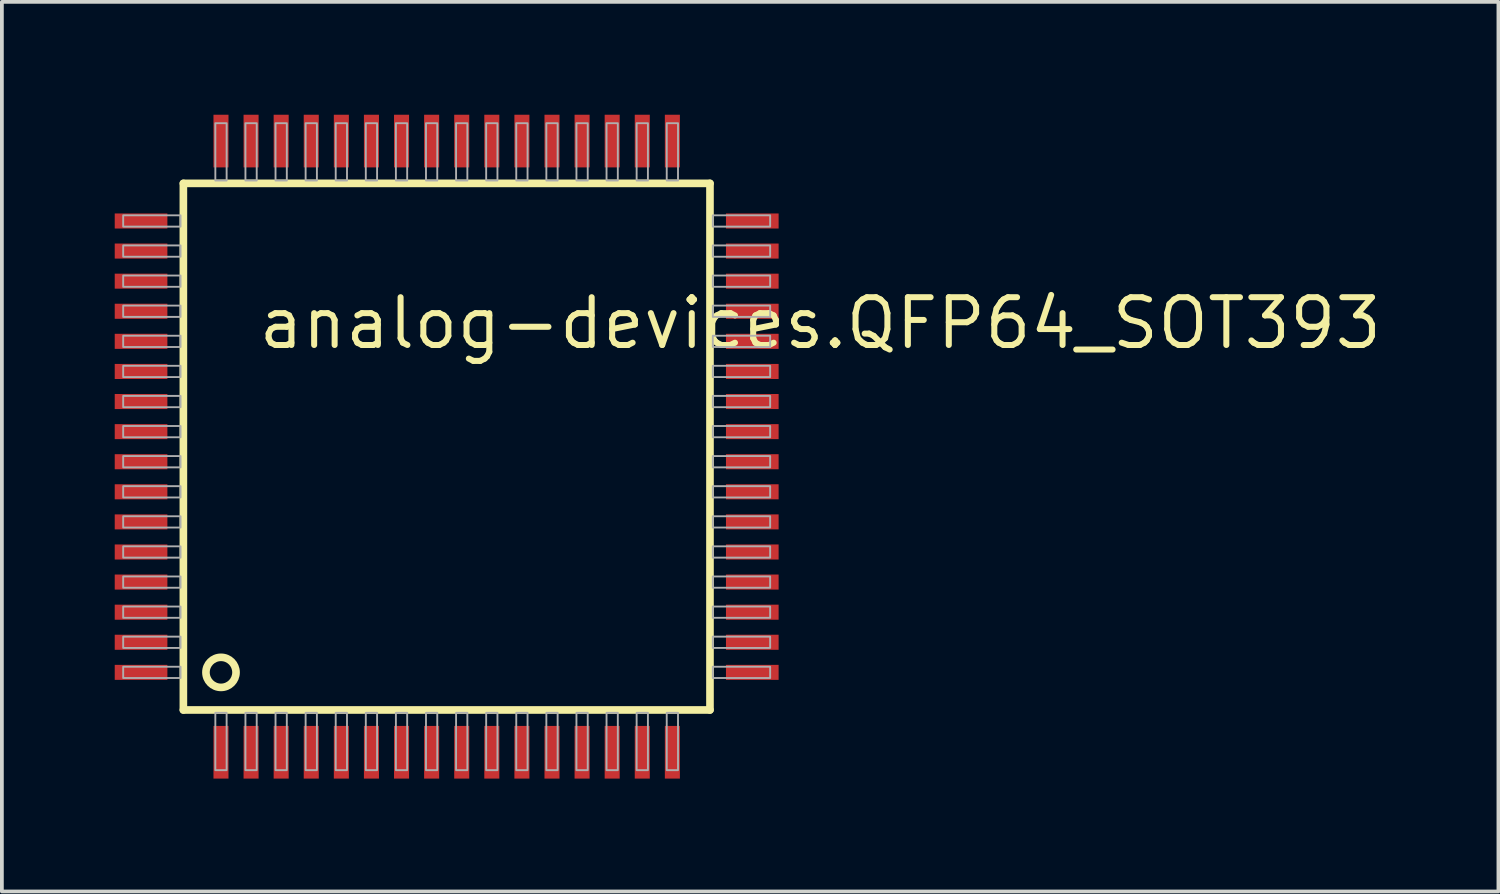
<source format=kicad_pcb>
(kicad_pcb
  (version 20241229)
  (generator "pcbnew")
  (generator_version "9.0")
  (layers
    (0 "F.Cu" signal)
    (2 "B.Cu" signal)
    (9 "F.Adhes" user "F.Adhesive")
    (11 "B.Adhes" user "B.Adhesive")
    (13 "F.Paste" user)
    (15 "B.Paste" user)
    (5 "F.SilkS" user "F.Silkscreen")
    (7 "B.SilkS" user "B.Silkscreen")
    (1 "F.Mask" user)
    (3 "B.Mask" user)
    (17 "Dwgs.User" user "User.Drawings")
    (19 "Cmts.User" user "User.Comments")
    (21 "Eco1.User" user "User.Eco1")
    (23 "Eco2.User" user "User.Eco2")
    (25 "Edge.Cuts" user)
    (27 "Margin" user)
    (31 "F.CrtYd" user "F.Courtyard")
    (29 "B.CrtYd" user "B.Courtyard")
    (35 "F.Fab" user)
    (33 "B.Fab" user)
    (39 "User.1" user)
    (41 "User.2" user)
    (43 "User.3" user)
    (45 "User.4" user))
  (footprint "analog-devices.QFP64_SOT393"
    (layer "F.Cu")
    (at 8.825 8.825)
    (property "Reference" "analog-devices.QFP64_SOT393" (at -5.08 -2.54 0) (layer "F.SilkS") (effects (font (size 1.27 1.27) (thickness 0.16)) (justify left bottom)))
    (attr smd)
    (fp_line (start -7 -7) (end 7 -7) (stroke (width 0.203) (type default)) (layer "F.SilkS"))
    (fp_line (start -7 7) (end -7 -7) (stroke (width 0.203) (type default)) (layer "F.SilkS"))
    (fp_line (start 7 -7) (end 7 7) (stroke (width 0.203) (type default)) (layer "F.SilkS"))
    (fp_line (start 7 7) (end -7 7) (stroke (width 0.203) (type default)) (layer "F.SilkS"))
    (fp_circle (center -6 6) (end -5.6 6) (stroke (width 0.203) (type default)) (fill no) (layer "F.SilkS"))
    (fp_rect (start -8.6 -5.85) (end -7.075 -6.15) (stroke (width 0.05) (type default)) (fill no) (layer "F.Fab"))
    (fp_rect (start -8.6 -5.05) (end -7.075 -5.35) (stroke (width 0.05) (type default)) (fill no) (layer "F.Fab"))
    (fp_rect (start -8.6 -4.25) (end -7.075 -4.55) (stroke (width 0.05) (type default)) (fill no) (layer "F.Fab"))
    (fp_rect (start -8.6 -3.45) (end -7.075 -3.75) (stroke (width 0.05) (type default)) (fill no) (layer "F.Fab"))
    (fp_rect (start -8.6 -2.65) (end -7.075 -2.95) (stroke (width 0.05) (type default)) (fill no) (layer "F.Fab"))
    (fp_rect (start -8.6 -1.85) (end -7.075 -2.15) (stroke (width 0.05) (type default)) (fill no) (layer "F.Fab"))
    (fp_rect (start -8.6 -1.05) (end -7.075 -1.35) (stroke (width 0.05) (type default)) (fill no) (layer "F.Fab"))
    (fp_rect (start -8.6 -0.25) (end -7.075 -0.55) (stroke (width 0.05) (type default)) (fill no) (layer "F.Fab"))
    (fp_rect (start -8.6 0.55) (end -7.075 0.25) (stroke (width 0.05) (type default)) (fill no) (layer "F.Fab"))
    (fp_rect (start -8.6 1.35) (end -7.075 1.05) (stroke (width 0.05) (type default)) (fill no) (layer "F.Fab"))
    (fp_rect (start -8.6 2.15) (end -7.075 1.85) (stroke (width 0.05) (type default)) (fill no) (layer "F.Fab"))
    (fp_rect (start -8.6 2.95) (end -7.075 2.65) (stroke (width 0.05) (type default)) (fill no) (layer "F.Fab"))
    (fp_rect (start -8.6 3.75) (end -7.075 3.45) (stroke (width 0.05) (type default)) (fill no) (layer "F.Fab"))
    (fp_rect (start -8.6 4.55) (end -7.075 4.25) (stroke (width 0.05) (type default)) (fill no) (layer "F.Fab"))
    (fp_rect (start -8.6 5.35) (end -7.075 5.05) (stroke (width 0.05) (type default)) (fill no) (layer "F.Fab"))
    (fp_rect (start -8.6 6.15) (end -7.075 5.85) (stroke (width 0.05) (type default)) (fill no) (layer "F.Fab"))
    (fp_rect (start -6.15 -7.075) (end -5.85 -8.6) (stroke (width 0.05) (type default)) (fill no) (layer "F.Fab"))
    (fp_rect (start -6.15 8.6) (end -5.85 7.075) (stroke (width 0.05) (type default)) (fill no) (layer "F.Fab"))
    (fp_rect (start -5.35 -7.075) (end -5.05 -8.6) (stroke (width 0.05) (type default)) (fill no) (layer "F.Fab"))
    (fp_rect (start -5.35 8.6) (end -5.05 7.075) (stroke (width 0.05) (type default)) (fill no) (layer "F.Fab"))
    (fp_rect (start -4.55 -7.075) (end -4.25 -8.6) (stroke (width 0.05) (type default)) (fill no) (layer "F.Fab"))
    (fp_rect (start -4.55 8.6) (end -4.25 7.075) (stroke (width 0.05) (type default)) (fill no) (layer "F.Fab"))
    (fp_rect (start -3.75 -7.075) (end -3.45 -8.6) (stroke (width 0.05) (type default)) (fill no) (layer "F.Fab"))
    (fp_rect (start -3.75 8.6) (end -3.45 7.075) (stroke (width 0.05) (type default)) (fill no) (layer "F.Fab"))
    (fp_rect (start -2.95 -7.075) (end -2.65 -8.6) (stroke (width 0.05) (type default)) (fill no) (layer "F.Fab"))
    (fp_rect (start -2.95 8.6) (end -2.65 7.075) (stroke (width 0.05) (type default)) (fill no) (layer "F.Fab"))
    (fp_rect (start -2.15 -7.075) (end -1.85 -8.6) (stroke (width 0.05) (type default)) (fill no) (layer "F.Fab"))
    (fp_rect (start -2.15 8.6) (end -1.85 7.075) (stroke (width 0.05) (type default)) (fill no) (layer "F.Fab"))
    (fp_rect (start -1.35 -7.075) (end -1.05 -8.6) (stroke (width 0.05) (type default)) (fill no) (layer "F.Fab"))
    (fp_rect (start -1.35 8.6) (end -1.05 7.075) (stroke (width 0.05) (type default)) (fill no) (layer "F.Fab"))
    (fp_rect (start -0.55 -7.075) (end -0.25 -8.6) (stroke (width 0.05) (type default)) (fill no) (layer "F.Fab"))
    (fp_rect (start -0.55 8.6) (end -0.25 7.075) (stroke (width 0.05) (type default)) (fill no) (layer "F.Fab"))
    (fp_rect (start 0.25 -7.075) (end 0.55 -8.6) (stroke (width 0.05) (type default)) (fill no) (layer "F.Fab"))
    (fp_rect (start 0.25 8.6) (end 0.55 7.075) (stroke (width 0.05) (type default)) (fill no) (layer "F.Fab"))
    (fp_rect (start 1.05 -7.075) (end 1.35 -8.6) (stroke (width 0.05) (type default)) (fill no) (layer "F.Fab"))
    (fp_rect (start 1.05 8.6) (end 1.35 7.075) (stroke (width 0.05) (type default)) (fill no) (layer "F.Fab"))
    (fp_rect (start 1.85 -7.075) (end 2.15 -8.6) (stroke (width 0.05) (type default)) (fill no) (layer "F.Fab"))
    (fp_rect (start 1.85 8.6) (end 2.15 7.075) (stroke (width 0.05) (type default)) (fill no) (layer "F.Fab"))
    (fp_rect (start 2.65 -7.075) (end 2.95 -8.6) (stroke (width 0.05) (type default)) (fill no) (layer "F.Fab"))
    (fp_rect (start 2.65 8.6) (end 2.95 7.075) (stroke (width 0.05) (type default)) (fill no) (layer "F.Fab"))
    (fp_rect (start 3.45 -7.075) (end 3.75 -8.6) (stroke (width 0.05) (type default)) (fill no) (layer "F.Fab"))
    (fp_rect (start 3.45 8.6) (end 3.75 7.075) (stroke (width 0.05) (type default)) (fill no) (layer "F.Fab"))
    (fp_rect (start 4.25 -7.075) (end 4.55 -8.6) (stroke (width 0.05) (type default)) (fill no) (layer "F.Fab"))
    (fp_rect (start 4.25 8.6) (end 4.55 7.075) (stroke (width 0.05) (type default)) (fill no) (layer "F.Fab"))
    (fp_rect (start 5.05 -7.075) (end 5.35 -8.6) (stroke (width 0.05) (type default)) (fill no) (layer "F.Fab"))
    (fp_rect (start 5.05 8.6) (end 5.35 7.075) (stroke (width 0.05) (type default)) (fill no) (layer "F.Fab"))
    (fp_rect (start 5.85 -7.075) (end 6.15 -8.6) (stroke (width 0.05) (type default)) (fill no) (layer "F.Fab"))
    (fp_rect (start 5.85 8.6) (end 6.15 7.075) (stroke (width 0.05) (type default)) (fill no) (layer "F.Fab"))
    (fp_rect (start 7.075 -5.85) (end 8.6 -6.15) (stroke (width 0.05) (type default)) (fill no) (layer "F.Fab"))
    (fp_rect (start 7.075 -5.05) (end 8.6 -5.35) (stroke (width 0.05) (type default)) (fill no) (layer "F.Fab"))
    (fp_rect (start 7.075 -4.25) (end 8.6 -4.55) (stroke (width 0.05) (type default)) (fill no) (layer "F.Fab"))
    (fp_rect (start 7.075 -3.45) (end 8.6 -3.75) (stroke (width 0.05) (type default)) (fill no) (layer "F.Fab"))
    (fp_rect (start 7.075 -2.65) (end 8.6 -2.95) (stroke (width 0.05) (type default)) (fill no) (layer "F.Fab"))
    (fp_rect (start 7.075 -1.85) (end 8.6 -2.15) (stroke (width 0.05) (type default)) (fill no) (layer "F.Fab"))
    (fp_rect (start 7.075 -1.05) (end 8.6 -1.35) (stroke (width 0.05) (type default)) (fill no) (layer "F.Fab"))
    (fp_rect (start 7.075 -0.25) (end 8.6 -0.55) (stroke (width 0.05) (type default)) (fill no) (layer "F.Fab"))
    (fp_rect (start 7.075 0.55) (end 8.6 0.25) (stroke (width 0.05) (type default)) (fill no) (layer "F.Fab"))
    (fp_rect (start 7.075 1.35) (end 8.6 1.05) (stroke (width 0.05) (type default)) (fill no) (layer "F.Fab"))
    (fp_rect (start 7.075 2.15) (end 8.6 1.85) (stroke (width 0.05) (type default)) (fill no) (layer "F.Fab"))
    (fp_rect (start 7.075 2.95) (end 8.6 2.65) (stroke (width 0.05) (type default)) (fill no) (layer "F.Fab"))
    (fp_rect (start 7.075 3.75) (end 8.6 3.45) (stroke (width 0.05) (type default)) (fill no) (layer "F.Fab"))
    (fp_rect (start 7.075 4.55) (end 8.6 4.25) (stroke (width 0.05) (type default)) (fill no) (layer "F.Fab"))
    (fp_rect (start 7.075 5.35) (end 8.6 5.05) (stroke (width 0.05) (type default)) (fill no) (layer "F.Fab"))
    (fp_rect (start 7.075 6.15) (end 8.6 5.85) (stroke (width 0.05) (type default)) (fill no) (layer "F.Fab"))
    (pad "1" smd roundrect (at -6 8.125) (size 0.4 1.4) (layers "F.Cu" "F.Mask" "F.Paste") (roundrect_rratio 0.01))
    (pad "2" smd roundrect (at -5.2 8.125) (size 0.4 1.4) (layers "F.Cu" "F.Mask" "F.Paste") (roundrect_rratio 0.01))
    (pad "3" smd roundrect (at -4.4 8.125) (size 0.4 1.4) (layers "F.Cu" "F.Mask" "F.Paste") (roundrect_rratio 0.01))
    (pad "4" smd roundrect (at -3.6 8.125) (size 0.4 1.4) (layers "F.Cu" "F.Mask" "F.Paste") (roundrect_rratio 0.01))
    (pad "5" smd roundrect (at -2.8 8.125) (size 0.4 1.4) (layers "F.Cu" "F.Mask" "F.Paste") (roundrect_rratio 0.01))
    (pad "6" smd roundrect (at -2 8.125) (size 0.4 1.4) (layers "F.Cu" "F.Mask" "F.Paste") (roundrect_rratio 0.01))
    (pad "7" smd roundrect (at -1.2 8.125) (size 0.4 1.4) (layers "F.Cu" "F.Mask" "F.Paste") (roundrect_rratio 0.01))
    (pad "8" smd roundrect (at -0.4 8.125) (size 0.4 1.4) (layers "F.Cu" "F.Mask" "F.Paste") (roundrect_rratio 0.01))
    (pad "9" smd roundrect (at 0.4 8.125) (size 0.4 1.4) (layers "F.Cu" "F.Mask" "F.Paste") (roundrect_rratio 0.01))
    (pad "10" smd roundrect (at 1.2 8.125) (size 0.4 1.4) (layers "F.Cu" "F.Mask" "F.Paste") (roundrect_rratio 0.01))
    (pad "11" smd roundrect (at 2 8.125) (size 0.4 1.4) (layers "F.Cu" "F.Mask" "F.Paste") (roundrect_rratio 0.01))
    (pad "12" smd roundrect (at 2.8 8.125) (size 0.4 1.4) (layers "F.Cu" "F.Mask" "F.Paste") (roundrect_rratio 0.01))
    (pad "13" smd roundrect (at 3.6 8.125) (size 0.4 1.4) (layers "F.Cu" "F.Mask" "F.Paste") (roundrect_rratio 0.01))
    (pad "14" smd roundrect (at 4.4 8.125) (size 0.4 1.4) (layers "F.Cu" "F.Mask" "F.Paste") (roundrect_rratio 0.01))
    (pad "15" smd roundrect (at 5.2 8.125) (size 0.4 1.4) (layers "F.Cu" "F.Mask" "F.Paste") (roundrect_rratio 0.01))
    (pad "16" smd roundrect (at 6 8.125) (size 0.4 1.4) (layers "F.Cu" "F.Mask" "F.Paste") (roundrect_rratio 0.01))
    (pad "17" smd roundrect (at 8.125 6) (size 1.4 0.4) (layers "F.Cu" "F.Mask" "F.Paste") (roundrect_rratio 0.01))
    (pad "18" smd roundrect (at 8.125 5.2) (size 1.4 0.4) (layers "F.Cu" "F.Mask" "F.Paste") (roundrect_rratio 0.01))
    (pad "19" smd roundrect (at 8.125 4.4) (size 1.4 0.4) (layers "F.Cu" "F.Mask" "F.Paste") (roundrect_rratio 0.01))
    (pad "20" smd roundrect (at 8.125 3.6) (size 1.4 0.4) (layers "F.Cu" "F.Mask" "F.Paste") (roundrect_rratio 0.01))
    (pad "21" smd roundrect (at 8.125 2.8) (size 1.4 0.4) (layers "F.Cu" "F.Mask" "F.Paste") (roundrect_rratio 0.01))
    (pad "22" smd roundrect (at 8.125 2) (size 1.4 0.4) (layers "F.Cu" "F.Mask" "F.Paste") (roundrect_rratio 0.01))
    (pad "23" smd roundrect (at 8.125 1.2) (size 1.4 0.4) (layers "F.Cu" "F.Mask" "F.Paste") (roundrect_rratio 0.01))
    (pad "24" smd roundrect (at 8.125 0.4) (size 1.4 0.4) (layers "F.Cu" "F.Mask" "F.Paste") (roundrect_rratio 0.01))
    (pad "25" smd roundrect (at 8.125 -0.4) (size 1.4 0.4) (layers "F.Cu" "F.Mask" "F.Paste") (roundrect_rratio 0.01))
    (pad "26" smd roundrect (at 8.125 -1.2) (size 1.4 0.4) (layers "F.Cu" "F.Mask" "F.Paste") (roundrect_rratio 0.01))
    (pad "27" smd roundrect (at 8.125 -2) (size 1.4 0.4) (layers "F.Cu" "F.Mask" "F.Paste") (roundrect_rratio 0.01))
    (pad "28" smd roundrect (at 8.125 -2.8) (size 1.4 0.4) (layers "F.Cu" "F.Mask" "F.Paste") (roundrect_rratio 0.01))
    (pad "29" smd roundrect (at 8.125 -3.6) (size 1.4 0.4) (layers "F.Cu" "F.Mask" "F.Paste") (roundrect_rratio 0.01))
    (pad "30" smd roundrect (at 8.125 -4.4) (size 1.4 0.4) (layers "F.Cu" "F.Mask" "F.Paste") (roundrect_rratio 0.01))
    (pad "31" smd roundrect (at 8.125 -5.2) (size 1.4 0.4) (layers "F.Cu" "F.Mask" "F.Paste") (roundrect_rratio 0.01))
    (pad "32" smd roundrect (at 8.125 -6) (size 1.4 0.4) (layers "F.Cu" "F.Mask" "F.Paste") (roundrect_rratio 0.01))
    (pad "33" smd roundrect (at 6 -8.125) (size 0.4 1.4) (layers "F.Cu" "F.Mask" "F.Paste") (roundrect_rratio 0.01))
    (pad "34" smd roundrect (at 5.2 -8.125) (size 0.4 1.4) (layers "F.Cu" "F.Mask" "F.Paste") (roundrect_rratio 0.01))
    (pad "35" smd roundrect (at 4.4 -8.125) (size 0.4 1.4) (layers "F.Cu" "F.Mask" "F.Paste") (roundrect_rratio 0.01))
    (pad "36" smd roundrect (at 3.6 -8.125) (size 0.4 1.4) (layers "F.Cu" "F.Mask" "F.Paste") (roundrect_rratio 0.01))
    (pad "37" smd roundrect (at 2.8 -8.125) (size 0.4 1.4) (layers "F.Cu" "F.Mask" "F.Paste") (roundrect_rratio 0.01))
    (pad "38" smd roundrect (at 2 -8.125) (size 0.4 1.4) (layers "F.Cu" "F.Mask" "F.Paste") (roundrect_rratio 0.01))
    (pad "39" smd roundrect (at 1.2 -8.125) (size 0.4 1.4) (layers "F.Cu" "F.Mask" "F.Paste") (roundrect_rratio 0.01))
    (pad "40" smd roundrect (at 0.4 -8.125) (size 0.4 1.4) (layers "F.Cu" "F.Mask" "F.Paste") (roundrect_rratio 0.01))
    (pad "41" smd roundrect (at -0.4 -8.125) (size 0.4 1.4) (layers "F.Cu" "F.Mask" "F.Paste") (roundrect_rratio 0.01))
    (pad "42" smd roundrect (at -1.2 -8.125) (size 0.4 1.4) (layers "F.Cu" "F.Mask" "F.Paste") (roundrect_rratio 0.01))
    (pad "43" smd roundrect (at -2 -8.125) (size 0.4 1.4) (layers "F.Cu" "F.Mask" "F.Paste") (roundrect_rratio 0.01))
    (pad "44" smd roundrect (at -2.8 -8.125) (size 0.4 1.4) (layers "F.Cu" "F.Mask" "F.Paste") (roundrect_rratio 0.01))
    (pad "45" smd roundrect (at -3.6 -8.125) (size 0.4 1.4) (layers "F.Cu" "F.Mask" "F.Paste") (roundrect_rratio 0.01))
    (pad "46" smd roundrect (at -4.4 -8.125) (size 0.4 1.4) (layers "F.Cu" "F.Mask" "F.Paste") (roundrect_rratio 0.01))
    (pad "47" smd roundrect (at -5.2 -8.125) (size 0.4 1.4) (layers "F.Cu" "F.Mask" "F.Paste") (roundrect_rratio 0.01))
    (pad "48" smd roundrect (at -6 -8.125) (size 0.4 1.4) (layers "F.Cu" "F.Mask" "F.Paste") (roundrect_rratio 0.01))
    (pad "49" smd roundrect (at -8.125 -6) (size 1.4 0.4) (layers "F.Cu" "F.Mask" "F.Paste") (roundrect_rratio 0.01))
    (pad "50" smd roundrect (at -8.125 -5.2) (size 1.4 0.4) (layers "F.Cu" "F.Mask" "F.Paste") (roundrect_rratio 0.01))
    (pad "51" smd roundrect (at -8.125 -4.4) (size 1.4 0.4) (layers "F.Cu" "F.Mask" "F.Paste") (roundrect_rratio 0.01))
    (pad "52" smd roundrect (at -8.125 -3.6) (size 1.4 0.4) (layers "F.Cu" "F.Mask" "F.Paste") (roundrect_rratio 0.01))
    (pad "53" smd roundrect (at -8.125 -2.8) (size 1.4 0.4) (layers "F.Cu" "F.Mask" "F.Paste") (roundrect_rratio 0.01))
    (pad "54" smd roundrect (at -8.125 -2) (size 1.4 0.4) (layers "F.Cu" "F.Mask" "F.Paste") (roundrect_rratio 0.01))
    (pad "55" smd roundrect (at -8.125 -1.2) (size 1.4 0.4) (layers "F.Cu" "F.Mask" "F.Paste") (roundrect_rratio 0.01))
    (pad "56" smd roundrect (at -8.125 -0.4) (size 1.4 0.4) (layers "F.Cu" "F.Mask" "F.Paste") (roundrect_rratio 0.01))
    (pad "57" smd roundrect (at -8.125 0.4) (size 1.4 0.4) (layers "F.Cu" "F.Mask" "F.Paste") (roundrect_rratio 0.01))
    (pad "58" smd roundrect (at -8.125 1.2) (size 1.4 0.4) (layers "F.Cu" "F.Mask" "F.Paste") (roundrect_rratio 0.01))
    (pad "59" smd roundrect (at -8.125 2) (size 1.4 0.4) (layers "F.Cu" "F.Mask" "F.Paste") (roundrect_rratio 0.01))
    (pad "60" smd roundrect (at -8.125 2.8) (size 1.4 0.4) (layers "F.Cu" "F.Mask" "F.Paste") (roundrect_rratio 0.01))
    (pad "61" smd roundrect (at -8.125 3.6) (size 1.4 0.4) (layers "F.Cu" "F.Mask" "F.Paste") (roundrect_rratio 0.01))
    (pad "62" smd roundrect (at -8.125 4.4) (size 1.4 0.4) (layers "F.Cu" "F.Mask" "F.Paste") (roundrect_rratio 0.01))
    (pad "63" smd roundrect (at -8.125 5.2) (size 1.4 0.4) (layers "F.Cu" "F.Mask" "F.Paste") (roundrect_rratio 0.01))
    (pad "64" smd roundrect (at -8.125 6) (size 1.4 0.4) (layers "F.Cu" "F.Mask" "F.Paste") (roundrect_rratio 0.01)))
  (gr_rect
    (start -3 -3)
    (end 36.786 20.65)
    (stroke (width 0.1) (type default))
    (fill no)
    (layer "Edge.Cuts")))
</source>
